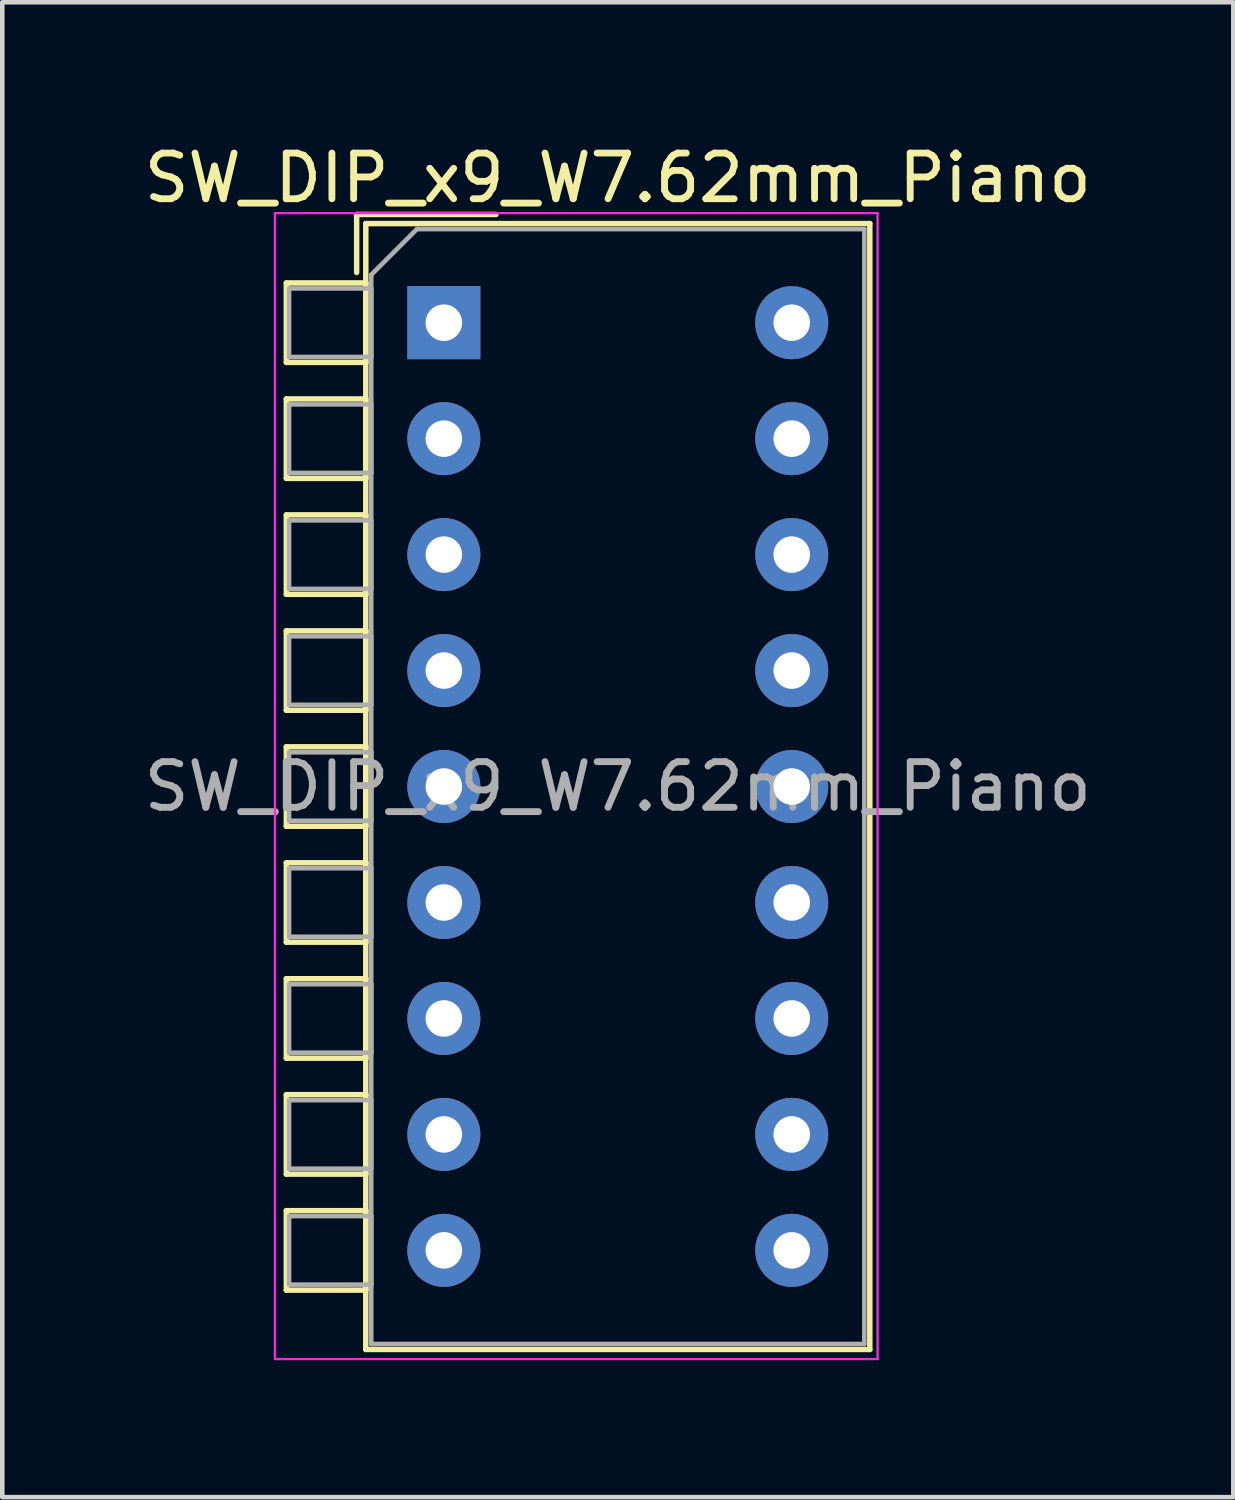
<source format=kicad_pcb>
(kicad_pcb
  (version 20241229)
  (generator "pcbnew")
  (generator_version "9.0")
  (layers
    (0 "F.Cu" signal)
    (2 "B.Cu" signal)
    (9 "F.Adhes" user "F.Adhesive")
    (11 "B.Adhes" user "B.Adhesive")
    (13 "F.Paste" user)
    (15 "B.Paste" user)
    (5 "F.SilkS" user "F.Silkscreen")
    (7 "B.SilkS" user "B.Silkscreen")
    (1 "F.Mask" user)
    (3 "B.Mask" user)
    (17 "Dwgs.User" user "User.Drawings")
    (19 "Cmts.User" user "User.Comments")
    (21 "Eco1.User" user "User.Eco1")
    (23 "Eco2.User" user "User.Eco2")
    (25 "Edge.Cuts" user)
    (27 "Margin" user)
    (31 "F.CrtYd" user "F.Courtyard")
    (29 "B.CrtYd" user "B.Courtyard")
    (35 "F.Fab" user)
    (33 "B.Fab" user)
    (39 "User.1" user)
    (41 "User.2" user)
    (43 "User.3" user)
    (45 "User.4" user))
  (footprint "SW_DIP_x9_W7.62mm_Piano"
    (layer "F.Cu")
    (at 6.672 4.018)
    (property "Reference" "SW_DIP_x9_W7.62mm_Piano" (at 3.81 -3.17 0) (layer "F.SilkS") (effects (font (size 1 1) (thickness 0.15))))
    (attr through_hole)
    (fp_line (start -3.45 -0.87) (end -3.45 0.87) (stroke (width 0.12) (type solid)) (layer "F.SilkS"))
    (fp_line (start -3.45 0.87) (end -1.71 0.87) (stroke (width 0.12) (type solid)) (layer "F.SilkS"))
    (fp_line (start -3.45 1.67) (end -3.45 3.41) (stroke (width 0.12) (type solid)) (layer "F.SilkS"))
    (fp_line (start -3.45 3.41) (end -1.71 3.41) (stroke (width 0.12) (type solid)) (layer "F.SilkS"))
    (fp_line (start -3.45 4.21) (end -3.45 5.95) (stroke (width 0.12) (type solid)) (layer "F.SilkS"))
    (fp_line (start -3.45 5.95) (end -1.71 5.95) (stroke (width 0.12) (type solid)) (layer "F.SilkS"))
    (fp_line (start -3.45 6.75) (end -3.45 8.49) (stroke (width 0.12) (type solid)) (layer "F.SilkS"))
    (fp_line (start -3.45 8.49) (end -1.71 8.49) (stroke (width 0.12) (type solid)) (layer "F.SilkS"))
    (fp_line (start -3.45 9.29) (end -3.45 11.03) (stroke (width 0.12) (type solid)) (layer "F.SilkS"))
    (fp_line (start -3.45 11.03) (end -1.71 11.03) (stroke (width 0.12) (type solid)) (layer "F.SilkS"))
    (fp_line (start -3.45 11.83) (end -3.45 13.57) (stroke (width 0.12) (type solid)) (layer "F.SilkS"))
    (fp_line (start -3.45 13.57) (end -1.71 13.57) (stroke (width 0.12) (type solid)) (layer "F.SilkS"))
    (fp_line (start -3.45 14.37) (end -3.45 16.11) (stroke (width 0.12) (type solid)) (layer "F.SilkS"))
    (fp_line (start -3.45 16.11) (end -1.71 16.11) (stroke (width 0.12) (type solid)) (layer "F.SilkS"))
    (fp_line (start -3.45 16.91) (end -3.45 18.65) (stroke (width 0.12) (type solid)) (layer "F.SilkS"))
    (fp_line (start -3.45 18.65) (end -1.71 18.65) (stroke (width 0.12) (type solid)) (layer "F.SilkS"))
    (fp_line (start -3.45 19.45) (end -3.45 21.19) (stroke (width 0.12) (type solid)) (layer "F.SilkS"))
    (fp_line (start -3.45 21.19) (end -1.71 21.19) (stroke (width 0.12) (type solid)) (layer "F.SilkS"))
    (fp_line (start -1.91 -2.37) (end -1.91 -1.1) (stroke (width 0.12) (type solid)) (layer "F.SilkS"))
    (fp_line (start -1.91 -2.37) (end 1.14 -2.37) (stroke (width 0.12) (type solid)) (layer "F.SilkS"))
    (fp_line (start -1.71 -2.17) (end 9.33 -2.17) (stroke (width 0.12) (type solid)) (layer "F.SilkS"))
    (fp_line (start -1.71 -0.87) (end -3.45 -0.87) (stroke (width 0.12) (type solid)) (layer "F.SilkS"))
    (fp_line (start -1.71 0.87) (end -1.71 -0.87) (stroke (width 0.12) (type solid)) (layer "F.SilkS"))
    (fp_line (start -1.71 1.67) (end -3.45 1.67) (stroke (width 0.12) (type solid)) (layer "F.SilkS"))
    (fp_line (start -1.71 3.41) (end -1.71 1.67) (stroke (width 0.12) (type solid)) (layer "F.SilkS"))
    (fp_line (start -1.71 4.21) (end -3.45 4.21) (stroke (width 0.12) (type solid)) (layer "F.SilkS"))
    (fp_line (start -1.71 5.95) (end -1.71 4.21) (stroke (width 0.12) (type solid)) (layer "F.SilkS"))
    (fp_line (start -1.71 6.75) (end -3.45 6.75) (stroke (width 0.12) (type solid)) (layer "F.SilkS"))
    (fp_line (start -1.71 8.49) (end -1.71 6.75) (stroke (width 0.12) (type solid)) (layer "F.SilkS"))
    (fp_line (start -1.71 9.29) (end -3.45 9.29) (stroke (width 0.12) (type solid)) (layer "F.SilkS"))
    (fp_line (start -1.71 11.03) (end -1.71 9.29) (stroke (width 0.12) (type solid)) (layer "F.SilkS"))
    (fp_line (start -1.71 11.83) (end -3.45 11.83) (stroke (width 0.12) (type solid)) (layer "F.SilkS"))
    (fp_line (start -1.71 13.57) (end -1.71 11.83) (stroke (width 0.12) (type solid)) (layer "F.SilkS"))
    (fp_line (start -1.71 14.37) (end -3.45 14.37) (stroke (width 0.12) (type solid)) (layer "F.SilkS"))
    (fp_line (start -1.71 16.11) (end -1.71 14.37) (stroke (width 0.12) (type solid)) (layer "F.SilkS"))
    (fp_line (start -1.71 16.91) (end -3.45 16.91) (stroke (width 0.12) (type solid)) (layer "F.SilkS"))
    (fp_line (start -1.71 18.65) (end -1.71 16.91) (stroke (width 0.12) (type solid)) (layer "F.SilkS"))
    (fp_line (start -1.71 19.45) (end -3.45 19.45) (stroke (width 0.12) (type solid)) (layer "F.SilkS"))
    (fp_line (start -1.71 21.19) (end -1.71 19.45) (stroke (width 0.12) (type solid)) (layer "F.SilkS"))
    (fp_line (start -1.71 22.49) (end -1.71 -2.17) (stroke (width 0.12) (type solid)) (layer "F.SilkS"))
    (fp_line (start 9.33 -2.17) (end 9.33 22.49) (stroke (width 0.12) (type solid)) (layer "F.SilkS"))
    (fp_line (start 9.33 22.49) (end -1.71 22.49) (stroke (width 0.12) (type solid)) (layer "F.SilkS"))
    (fp_line (start -3.7 -2.4) (end -3.7 22.7) (stroke (width 0.05) (type solid)) (layer "F.CrtYd"))
    (fp_line (start -3.7 22.7) (end 9.5 22.7) (stroke (width 0.05) (type solid)) (layer "F.CrtYd"))
    (fp_line (start 9.5 -2.4) (end -3.7 -2.4) (stroke (width 0.05) (type solid)) (layer "F.CrtYd"))
    (fp_line (start 9.5 22.7) (end 9.5 -2.4) (stroke (width 0.05) (type solid)) (layer "F.CrtYd"))
    (fp_line (start -3.39 -0.75) (end -1.59 -0.75) (stroke (width 0.1) (type solid)) (layer "F.Fab"))
    (fp_line (start -3.39 0.75) (end -3.39 -0.75) (stroke (width 0.1) (type solid)) (layer "F.Fab"))
    (fp_line (start -3.39 1.79) (end -1.59 1.79) (stroke (width 0.1) (type solid)) (layer "F.Fab"))
    (fp_line (start -3.39 3.29) (end -3.39 1.79) (stroke (width 0.1) (type solid)) (layer "F.Fab"))
    (fp_line (start -3.39 4.33) (end -1.59 4.33) (stroke (width 0.1) (type solid)) (layer "F.Fab"))
    (fp_line (start -3.39 5.83) (end -3.39 4.33) (stroke (width 0.1) (type solid)) (layer "F.Fab"))
    (fp_line (start -3.39 6.87) (end -1.59 6.87) (stroke (width 0.1) (type solid)) (layer "F.Fab"))
    (fp_line (start -3.39 8.37) (end -3.39 6.87) (stroke (width 0.1) (type solid)) (layer "F.Fab"))
    (fp_line (start -3.39 9.41) (end -1.59 9.41) (stroke (width 0.1) (type solid)) (layer "F.Fab"))
    (fp_line (start -3.39 10.91) (end -3.39 9.41) (stroke (width 0.1) (type solid)) (layer "F.Fab"))
    (fp_line (start -3.39 11.95) (end -1.59 11.95) (stroke (width 0.1) (type solid)) (layer "F.Fab"))
    (fp_line (start -3.39 13.45) (end -3.39 11.95) (stroke (width 0.1) (type solid)) (layer "F.Fab"))
    (fp_line (start -3.39 14.49) (end -1.59 14.49) (stroke (width 0.1) (type solid)) (layer "F.Fab"))
    (fp_line (start -3.39 15.99) (end -3.39 14.49) (stroke (width 0.1) (type solid)) (layer "F.Fab"))
    (fp_line (start -3.39 17.03) (end -1.59 17.03) (stroke (width 0.1) (type solid)) (layer "F.Fab"))
    (fp_line (start -3.39 18.53) (end -3.39 17.03) (stroke (width 0.1) (type solid)) (layer "F.Fab"))
    (fp_line (start -3.39 19.57) (end -1.59 19.57) (stroke (width 0.1) (type solid)) (layer "F.Fab"))
    (fp_line (start -3.39 21.07) (end -3.39 19.57) (stroke (width 0.1) (type solid)) (layer "F.Fab"))
    (fp_line (start -1.59 -1.05) (end -0.59 -2.05) (stroke (width 0.1) (type solid)) (layer "F.Fab"))
    (fp_line (start -1.59 -0.75) (end -1.59 0.75) (stroke (width 0.1) (type solid)) (layer "F.Fab"))
    (fp_line (start -1.59 0.75) (end -3.39 0.75) (stroke (width 0.1) (type solid)) (layer "F.Fab"))
    (fp_line (start -1.59 1.79) (end -1.59 3.29) (stroke (width 0.1) (type solid)) (layer "F.Fab"))
    (fp_line (start -1.59 3.29) (end -3.39 3.29) (stroke (width 0.1) (type solid)) (layer "F.Fab"))
    (fp_line (start -1.59 4.33) (end -1.59 5.83) (stroke (width 0.1) (type solid)) (layer "F.Fab"))
    (fp_line (start -1.59 5.83) (end -3.39 5.83) (stroke (width 0.1) (type solid)) (layer "F.Fab"))
    (fp_line (start -1.59 6.87) (end -1.59 8.37) (stroke (width 0.1) (type solid)) (layer "F.Fab"))
    (fp_line (start -1.59 8.37) (end -3.39 8.37) (stroke (width 0.1) (type solid)) (layer "F.Fab"))
    (fp_line (start -1.59 9.41) (end -1.59 10.91) (stroke (width 0.1) (type solid)) (layer "F.Fab"))
    (fp_line (start -1.59 10.91) (end -3.39 10.91) (stroke (width 0.1) (type solid)) (layer "F.Fab"))
    (fp_line (start -1.59 11.95) (end -1.59 13.45) (stroke (width 0.1) (type solid)) (layer "F.Fab"))
    (fp_line (start -1.59 13.45) (end -3.39 13.45) (stroke (width 0.1) (type solid)) (layer "F.Fab"))
    (fp_line (start -1.59 14.49) (end -1.59 15.99) (stroke (width 0.1) (type solid)) (layer "F.Fab"))
    (fp_line (start -1.59 15.99) (end -3.39 15.99) (stroke (width 0.1) (type solid)) (layer "F.Fab"))
    (fp_line (start -1.59 17.03) (end -1.59 18.53) (stroke (width 0.1) (type solid)) (layer "F.Fab"))
    (fp_line (start -1.59 18.53) (end -3.39 18.53) (stroke (width 0.1) (type solid)) (layer "F.Fab"))
    (fp_line (start -1.59 19.57) (end -1.59 21.07) (stroke (width 0.1) (type solid)) (layer "F.Fab"))
    (fp_line (start -1.59 21.07) (end -3.39 21.07) (stroke (width 0.1) (type solid)) (layer "F.Fab"))
    (fp_line (start -1.59 22.37) (end -1.59 -1.05) (stroke (width 0.1) (type solid)) (layer "F.Fab"))
    (fp_line (start -0.59 -2.05) (end 9.21 -2.05) (stroke (width 0.1) (type solid)) (layer "F.Fab"))
    (fp_line (start 9.21 -2.05) (end 9.21 22.37) (stroke (width 0.1) (type solid)) (layer "F.Fab"))
    (fp_line (start 9.21 22.37) (end -1.59 22.37) (stroke (width 0.1) (type solid)) (layer "F.Fab"))
    (fp_text user "${REFERENCE}" (at 3.81 10.16 0) (layer "F.Fab") (effects (font (size 1 1) (thickness 0.15))))
    (pad "1" thru_hole rect (at 0 0) (size 1.6 1.6) (drill 0.8) (layers "*.Cu" "*.Mask"))
    (pad "2" thru_hole oval (at 0 2.54) (size 1.6 1.6) (drill 0.8) (layers "*.Cu" "*.Mask"))
    (pad "3" thru_hole oval (at 0 5.08) (size 1.6 1.6) (drill 0.8) (layers "*.Cu" "*.Mask"))
    (pad "4" thru_hole oval (at 0 7.62) (size 1.6 1.6) (drill 0.8) (layers "*.Cu" "*.Mask"))
    (pad "5" thru_hole oval (at 0 10.16) (size 1.6 1.6) (drill 0.8) (layers "*.Cu" "*.Mask"))
    (pad "6" thru_hole oval (at 0 12.7) (size 1.6 1.6) (drill 0.8) (layers "*.Cu" "*.Mask"))
    (pad "7" thru_hole oval (at 0 15.24) (size 1.6 1.6) (drill 0.8) (layers "*.Cu" "*.Mask"))
    (pad "8" thru_hole oval (at 0 17.78) (size 1.6 1.6) (drill 0.8) (layers "*.Cu" "*.Mask"))
    (pad "9" thru_hole oval (at 0 20.32) (size 1.6 1.6) (drill 0.8) (layers "*.Cu" "*.Mask"))
    (pad "10" thru_hole oval (at 7.62 20.32) (size 1.6 1.6) (drill 0.8) (layers "*.Cu" "*.Mask"))
    (pad "11" thru_hole oval (at 7.62 17.78) (size 1.6 1.6) (drill 0.8) (layers "*.Cu" "*.Mask"))
    (pad "12" thru_hole oval (at 7.62 15.24) (size 1.6 1.6) (drill 0.8) (layers "*.Cu" "*.Mask"))
    (pad "13" thru_hole oval (at 7.62 12.7) (size 1.6 1.6) (drill 0.8) (layers "*.Cu" "*.Mask"))
    (pad "14" thru_hole oval (at 7.62 10.16) (size 1.6 1.6) (drill 0.8) (layers "*.Cu" "*.Mask"))
    (pad "15" thru_hole oval (at 7.62 7.62) (size 1.6 1.6) (drill 0.8) (layers "*.Cu" "*.Mask"))
    (pad "16" thru_hole oval (at 7.62 5.08) (size 1.6 1.6) (drill 0.8) (layers "*.Cu" "*.Mask"))
    (pad "17" thru_hole oval (at 7.62 2.54) (size 1.6 1.6) (drill 0.8) (layers "*.Cu" "*.Mask"))
    (pad "18" thru_hole oval (at 7.62 0) (size 1.6 1.6) (drill 0.8) (layers "*.Cu" "*.Mask")))
  (gr_rect
    (start -3 -3)
    (end 23.964 29.743)
    (stroke (width 0.1) (type default))
    (fill no)
    (layer "Edge.Cuts")))
</source>
